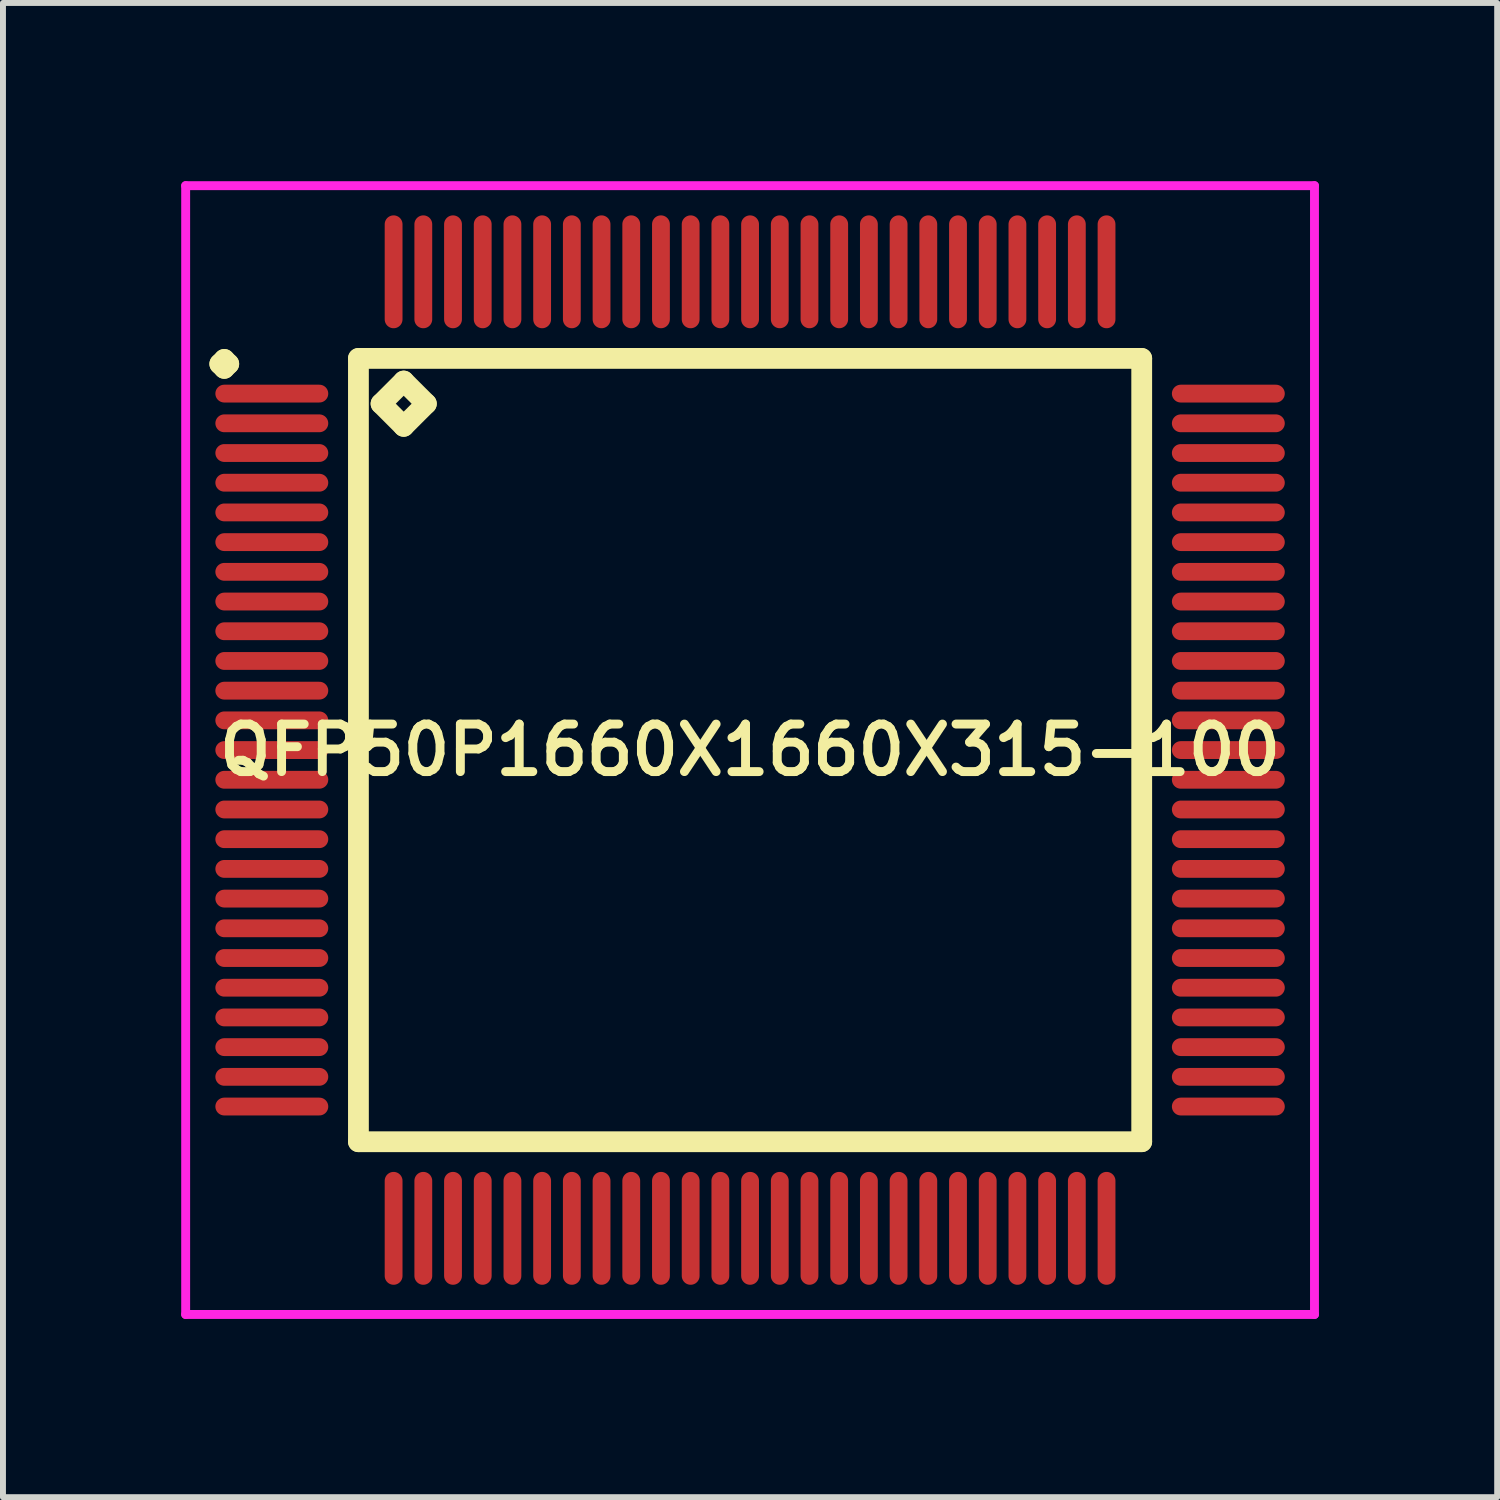
<source format=kicad_pcb>
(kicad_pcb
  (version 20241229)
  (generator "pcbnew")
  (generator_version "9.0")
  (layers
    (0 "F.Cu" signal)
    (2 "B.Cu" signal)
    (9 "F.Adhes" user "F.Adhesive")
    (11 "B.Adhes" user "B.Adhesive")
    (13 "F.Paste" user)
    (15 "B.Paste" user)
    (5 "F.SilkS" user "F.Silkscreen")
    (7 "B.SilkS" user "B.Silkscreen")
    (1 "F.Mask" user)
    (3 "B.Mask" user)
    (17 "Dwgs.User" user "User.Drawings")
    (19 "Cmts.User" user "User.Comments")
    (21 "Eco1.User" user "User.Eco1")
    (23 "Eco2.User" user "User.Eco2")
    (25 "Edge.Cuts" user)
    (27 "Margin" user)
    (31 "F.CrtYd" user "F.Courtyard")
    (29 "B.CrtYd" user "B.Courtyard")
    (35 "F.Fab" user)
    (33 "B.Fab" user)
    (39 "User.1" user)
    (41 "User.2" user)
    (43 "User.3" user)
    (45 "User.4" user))
  (footprint "QFP50P1660X1660X315-100"
    (layer "F.Cu")
    (at 9.575 9.575)
    (property "Reference" "QFP50P1660X1660X315-100" (at 0 0 0) (layer "F.SilkS") (effects (font (size 0.8 0.8) (thickness 0.15))))
    (attr smd)
    (fp_line (start -8.925 -6.5) (end -8.85 -6.575) (stroke (width 0.35) (type solid)) (layer "F.SilkS"))
    (fp_line (start -8.85 -6.575) (end -8.775 -6.5) (stroke (width 0.35) (type solid)) (layer "F.SilkS"))
    (fp_line (start -8.85 -6.425) (end -8.925 -6.5) (stroke (width 0.35) (type solid)) (layer "F.SilkS"))
    (fp_line (start -8.775 -6.5) (end -8.85 -6.425) (stroke (width 0.35) (type solid)) (layer "F.SilkS"))
    (fp_line (start -6.592 -6.592) (end -6.592 6.592) (stroke (width 0.35) (type solid)) (layer "F.SilkS"))
    (fp_line (start -6.592 6.592) (end 6.592 6.592) (stroke (width 0.35) (type solid)) (layer "F.SilkS"))
    (fp_line (start -6.211 -5.83) (end -5.83 -6.211) (stroke (width 0.35) (type solid)) (layer "F.SilkS"))
    (fp_line (start -5.83 -6.211) (end -5.449 -5.83) (stroke (width 0.35) (type solid)) (layer "F.SilkS"))
    (fp_line (start -5.83 -5.449) (end -6.211 -5.83) (stroke (width 0.35) (type solid)) (layer "F.SilkS"))
    (fp_line (start -5.449 -5.83) (end -5.83 -5.449) (stroke (width 0.35) (type solid)) (layer "F.SilkS"))
    (fp_line (start 6.592 -6.592) (end -6.592 -6.592) (stroke (width 0.35) (type solid)) (layer "F.SilkS"))
    (fp_line (start 6.592 6.592) (end 6.592 -6.592) (stroke (width 0.35) (type solid)) (layer "F.SilkS"))
    (fp_line (start -9.5 -9.5) (end 9.5 -9.5) (stroke (width 0.15) (type solid)) (layer "F.CrtYd"))
    (fp_line (start -9.5 9.5) (end -9.5 -9.5) (stroke (width 0.15) (type solid)) (layer "F.CrtYd"))
    (fp_line (start 9.5 -9.5) (end 9.5 9.5) (stroke (width 0.15) (type solid)) (layer "F.CrtYd"))
    (fp_line (start 9.5 9.5) (end -9.5 9.5) (stroke (width 0.15) (type solid)) (layer "F.CrtYd"))
    (pad "1" smd oval (at -8.05 -6) (size 1.9 0.3) (layers "F.Cu" "F.Mask" "F.Paste"))
    (pad "2" smd oval (at -8.05 -5.5) (size 1.9 0.3) (layers "F.Cu" "F.Mask" "F.Paste"))
    (pad "3" smd oval (at -8.05 -5) (size 1.9 0.3) (layers "F.Cu" "F.Mask" "F.Paste"))
    (pad "4" smd oval (at -8.05 -4.5) (size 1.9 0.3) (layers "F.Cu" "F.Mask" "F.Paste"))
    (pad "5" smd oval (at -8.05 -4) (size 1.9 0.3) (layers "F.Cu" "F.Mask" "F.Paste"))
    (pad "6" smd oval (at -8.05 -3.5) (size 1.9 0.3) (layers "F.Cu" "F.Mask" "F.Paste"))
    (pad "7" smd oval (at -8.05 -3) (size 1.9 0.3) (layers "F.Cu" "F.Mask" "F.Paste"))
    (pad "8" smd oval (at -8.05 -2.5) (size 1.9 0.3) (layers "F.Cu" "F.Mask" "F.Paste"))
    (pad "9" smd oval (at -8.05 -2) (size 1.9 0.3) (layers "F.Cu" "F.Mask" "F.Paste"))
    (pad "10" smd oval (at -8.05 -1.5) (size 1.9 0.3) (layers "F.Cu" "F.Mask" "F.Paste"))
    (pad "11" smd oval (at -8.05 -1) (size 1.9 0.3) (layers "F.Cu" "F.Mask" "F.Paste"))
    (pad "12" smd oval (at -8.05 -0.5) (size 1.9 0.3) (layers "F.Cu" "F.Mask" "F.Paste"))
    (pad "13" smd oval (at -8.05 0) (size 1.9 0.3) (layers "F.Cu" "F.Mask" "F.Paste"))
    (pad "14" smd oval (at -8.05 0.5) (size 1.9 0.3) (layers "F.Cu" "F.Mask" "F.Paste"))
    (pad "15" smd oval (at -8.05 1) (size 1.9 0.3) (layers "F.Cu" "F.Mask" "F.Paste"))
    (pad "16" smd oval (at -8.05 1.5) (size 1.9 0.3) (layers "F.Cu" "F.Mask" "F.Paste"))
    (pad "17" smd oval (at -8.05 2) (size 1.9 0.3) (layers "F.Cu" "F.Mask" "F.Paste"))
    (pad "18" smd oval (at -8.05 2.5) (size 1.9 0.3) (layers "F.Cu" "F.Mask" "F.Paste"))
    (pad "19" smd oval (at -8.05 3) (size 1.9 0.3) (layers "F.Cu" "F.Mask" "F.Paste"))
    (pad "20" smd oval (at -8.05 3.5) (size 1.9 0.3) (layers "F.Cu" "F.Mask" "F.Paste"))
    (pad "21" smd oval (at -8.05 4) (size 1.9 0.3) (layers "F.Cu" "F.Mask" "F.Paste"))
    (pad "22" smd oval (at -8.05 4.5) (size 1.9 0.3) (layers "F.Cu" "F.Mask" "F.Paste"))
    (pad "23" smd oval (at -8.05 5) (size 1.9 0.3) (layers "F.Cu" "F.Mask" "F.Paste"))
    (pad "24" smd oval (at -8.05 5.5) (size 1.9 0.3) (layers "F.Cu" "F.Mask" "F.Paste"))
    (pad "25" smd oval (at -8.05 6) (size 1.9 0.3) (layers "F.Cu" "F.Mask" "F.Paste"))
    (pad "26" smd oval (at -6 8.05) (size 0.3 1.9) (layers "F.Cu" "F.Mask" "F.Paste"))
    (pad "27" smd oval (at -5.5 8.05) (size 0.3 1.9) (layers "F.Cu" "F.Mask" "F.Paste"))
    (pad "28" smd oval (at -5 8.05) (size 0.3 1.9) (layers "F.Cu" "F.Mask" "F.Paste"))
    (pad "29" smd oval (at -4.5 8.05) (size 0.3 1.9) (layers "F.Cu" "F.Mask" "F.Paste"))
    (pad "30" smd oval (at -4 8.05) (size 0.3 1.9) (layers "F.Cu" "F.Mask" "F.Paste"))
    (pad "31" smd oval (at -3.5 8.05) (size 0.3 1.9) (layers "F.Cu" "F.Mask" "F.Paste"))
    (pad "32" smd oval (at -3 8.05) (size 0.3 1.9) (layers "F.Cu" "F.Mask" "F.Paste"))
    (pad "33" smd oval (at -2.5 8.05) (size 0.3 1.9) (layers "F.Cu" "F.Mask" "F.Paste"))
    (pad "34" smd oval (at -2 8.05) (size 0.3 1.9) (layers "F.Cu" "F.Mask" "F.Paste"))
    (pad "35" smd oval (at -1.5 8.05) (size 0.3 1.9) (layers "F.Cu" "F.Mask" "F.Paste"))
    (pad "36" smd oval (at -1 8.05) (size 0.3 1.9) (layers "F.Cu" "F.Mask" "F.Paste"))
    (pad "37" smd oval (at -0.5 8.05) (size 0.3 1.9) (layers "F.Cu" "F.Mask" "F.Paste"))
    (pad "38" smd oval (at 0 8.05) (size 0.3 1.9) (layers "F.Cu" "F.Mask" "F.Paste"))
    (pad "39" smd oval (at 0.5 8.05) (size 0.3 1.9) (layers "F.Cu" "F.Mask" "F.Paste"))
    (pad "40" smd oval (at 1 8.05) (size 0.3 1.9) (layers "F.Cu" "F.Mask" "F.Paste"))
    (pad "41" smd oval (at 1.5 8.05) (size 0.3 1.9) (layers "F.Cu" "F.Mask" "F.Paste"))
    (pad "42" smd oval (at 2 8.05) (size 0.3 1.9) (layers "F.Cu" "F.Mask" "F.Paste"))
    (pad "43" smd oval (at 2.5 8.05) (size 0.3 1.9) (layers "F.Cu" "F.Mask" "F.Paste"))
    (pad "44" smd oval (at 3 8.05) (size 0.3 1.9) (layers "F.Cu" "F.Mask" "F.Paste"))
    (pad "45" smd oval (at 3.5 8.05) (size 0.3 1.9) (layers "F.Cu" "F.Mask" "F.Paste"))
    (pad "46" smd oval (at 4 8.05) (size 0.3 1.9) (layers "F.Cu" "F.Mask" "F.Paste"))
    (pad "47" smd oval (at 4.5 8.05) (size 0.3 1.9) (layers "F.Cu" "F.Mask" "F.Paste"))
    (pad "48" smd oval (at 5 8.05) (size 0.3 1.9) (layers "F.Cu" "F.Mask" "F.Paste"))
    (pad "49" smd oval (at 5.5 8.05) (size 0.3 1.9) (layers "F.Cu" "F.Mask" "F.Paste"))
    (pad "50" smd oval (at 6 8.05) (size 0.3 1.9) (layers "F.Cu" "F.Mask" "F.Paste"))
    (pad "51" smd oval (at 8.05 6) (size 1.9 0.3) (layers "F.Cu" "F.Mask" "F.Paste"))
    (pad "52" smd oval (at 8.05 5.5) (size 1.9 0.3) (layers "F.Cu" "F.Mask" "F.Paste"))
    (pad "53" smd oval (at 8.05 5) (size 1.9 0.3) (layers "F.Cu" "F.Mask" "F.Paste"))
    (pad "54" smd oval (at 8.05 4.5) (size 1.9 0.3) (layers "F.Cu" "F.Mask" "F.Paste"))
    (pad "55" smd oval (at 8.05 4) (size 1.9 0.3) (layers "F.Cu" "F.Mask" "F.Paste"))
    (pad "56" smd oval (at 8.05 3.5) (size 1.9 0.3) (layers "F.Cu" "F.Mask" "F.Paste"))
    (pad "57" smd oval (at 8.05 3) (size 1.9 0.3) (layers "F.Cu" "F.Mask" "F.Paste"))
    (pad "58" smd oval (at 8.05 2.5) (size 1.9 0.3) (layers "F.Cu" "F.Mask" "F.Paste"))
    (pad "59" smd oval (at 8.05 2) (size 1.9 0.3) (layers "F.Cu" "F.Mask" "F.Paste"))
    (pad "60" smd oval (at 8.05 1.5) (size 1.9 0.3) (layers "F.Cu" "F.Mask" "F.Paste"))
    (pad "61" smd oval (at 8.05 1) (size 1.9 0.3) (layers "F.Cu" "F.Mask" "F.Paste"))
    (pad "62" smd oval (at 8.05 0.5) (size 1.9 0.3) (layers "F.Cu" "F.Mask" "F.Paste"))
    (pad "63" smd oval (at 8.05 0) (size 1.9 0.3) (layers "F.Cu" "F.Mask" "F.Paste"))
    (pad "64" smd oval (at 8.05 -0.5) (size 1.9 0.3) (layers "F.Cu" "F.Mask" "F.Paste"))
    (pad "65" smd oval (at 8.05 -1) (size 1.9 0.3) (layers "F.Cu" "F.Mask" "F.Paste"))
    (pad "66" smd oval (at 8.05 -1.5) (size 1.9 0.3) (layers "F.Cu" "F.Mask" "F.Paste"))
    (pad "67" smd oval (at 8.05 -2) (size 1.9 0.3) (layers "F.Cu" "F.Mask" "F.Paste"))
    (pad "68" smd oval (at 8.05 -2.5) (size 1.9 0.3) (layers "F.Cu" "F.Mask" "F.Paste"))
    (pad "69" smd oval (at 8.05 -3) (size 1.9 0.3) (layers "F.Cu" "F.Mask" "F.Paste"))
    (pad "70" smd oval (at 8.05 -3.5) (size 1.9 0.3) (layers "F.Cu" "F.Mask" "F.Paste"))
    (pad "71" smd oval (at 8.05 -4) (size 1.9 0.3) (layers "F.Cu" "F.Mask" "F.Paste"))
    (pad "72" smd oval (at 8.05 -4.5) (size 1.9 0.3) (layers "F.Cu" "F.Mask" "F.Paste"))
    (pad "73" smd oval (at 8.05 -5) (size 1.9 0.3) (layers "F.Cu" "F.Mask" "F.Paste"))
    (pad "74" smd oval (at 8.05 -5.5) (size 1.9 0.3) (layers "F.Cu" "F.Mask" "F.Paste"))
    (pad "75" smd oval (at 8.05 -6) (size 1.9 0.3) (layers "F.Cu" "F.Mask" "F.Paste"))
    (pad "76" smd oval (at 6 -8.05) (size 0.3 1.9) (layers "F.Cu" "F.Mask" "F.Paste"))
    (pad "77" smd oval (at 5.5 -8.05) (size 0.3 1.9) (layers "F.Cu" "F.Mask" "F.Paste"))
    (pad "78" smd oval (at 5 -8.05) (size 0.3 1.9) (layers "F.Cu" "F.Mask" "F.Paste"))
    (pad "79" smd oval (at 4.5 -8.05) (size 0.3 1.9) (layers "F.Cu" "F.Mask" "F.Paste"))
    (pad "80" smd oval (at 4 -8.05) (size 0.3 1.9) (layers "F.Cu" "F.Mask" "F.Paste"))
    (pad "81" smd oval (at 3.5 -8.05) (size 0.3 1.9) (layers "F.Cu" "F.Mask" "F.Paste"))
    (pad "82" smd oval (at 3 -8.05) (size 0.3 1.9) (layers "F.Cu" "F.Mask" "F.Paste"))
    (pad "83" smd oval (at 2.5 -8.05) (size 0.3 1.9) (layers "F.Cu" "F.Mask" "F.Paste"))
    (pad "84" smd oval (at 2 -8.05) (size 0.3 1.9) (layers "F.Cu" "F.Mask" "F.Paste"))
    (pad "85" smd oval (at 1.5 -8.05) (size 0.3 1.9) (layers "F.Cu" "F.Mask" "F.Paste"))
    (pad "86" smd oval (at 1 -8.05) (size 0.3 1.9) (layers "F.Cu" "F.Mask" "F.Paste"))
    (pad "87" smd oval (at 0.5 -8.05) (size 0.3 1.9) (layers "F.Cu" "F.Mask" "F.Paste"))
    (pad "88" smd oval (at 0 -8.05) (size 0.3 1.9) (layers "F.Cu" "F.Mask" "F.Paste"))
    (pad "89" smd oval (at -0.5 -8.05) (size 0.3 1.9) (layers "F.Cu" "F.Mask" "F.Paste"))
    (pad "90" smd oval (at -1 -8.05) (size 0.3 1.9) (layers "F.Cu" "F.Mask" "F.Paste"))
    (pad "91" smd oval (at -1.5 -8.05) (size 0.3 1.9) (layers "F.Cu" "F.Mask" "F.Paste"))
    (pad "92" smd oval (at -2 -8.05) (size 0.3 1.9) (layers "F.Cu" "F.Mask" "F.Paste"))
    (pad "93" smd oval (at -2.5 -8.05) (size 0.3 1.9) (layers "F.Cu" "F.Mask" "F.Paste"))
    (pad "94" smd oval (at -3 -8.05) (size 0.3 1.9) (layers "F.Cu" "F.Mask" "F.Paste"))
    (pad "95" smd oval (at -3.5 -8.05) (size 0.3 1.9) (layers "F.Cu" "F.Mask" "F.Paste"))
    (pad "96" smd oval (at -4 -8.05) (size 0.3 1.9) (layers "F.Cu" "F.Mask" "F.Paste"))
    (pad "97" smd oval (at -4.5 -8.05) (size 0.3 1.9) (layers "F.Cu" "F.Mask" "F.Paste"))
    (pad "98" smd oval (at -5 -8.05) (size 0.3 1.9) (layers "F.Cu" "F.Mask" "F.Paste"))
    (pad "99" smd oval (at -5.5 -8.05) (size 0.3 1.9) (layers "F.Cu" "F.Mask" "F.Paste"))
    (pad "100" smd oval (at -6 -8.05) (size 0.3 1.9) (layers "F.Cu" "F.Mask" "F.Paste")))
  (gr_rect
    (start -3 -3)
    (end 22.15 22.15)
    (stroke (width 0.1) (type default))
    (fill no)
    (layer "Edge.Cuts")))
</source>
